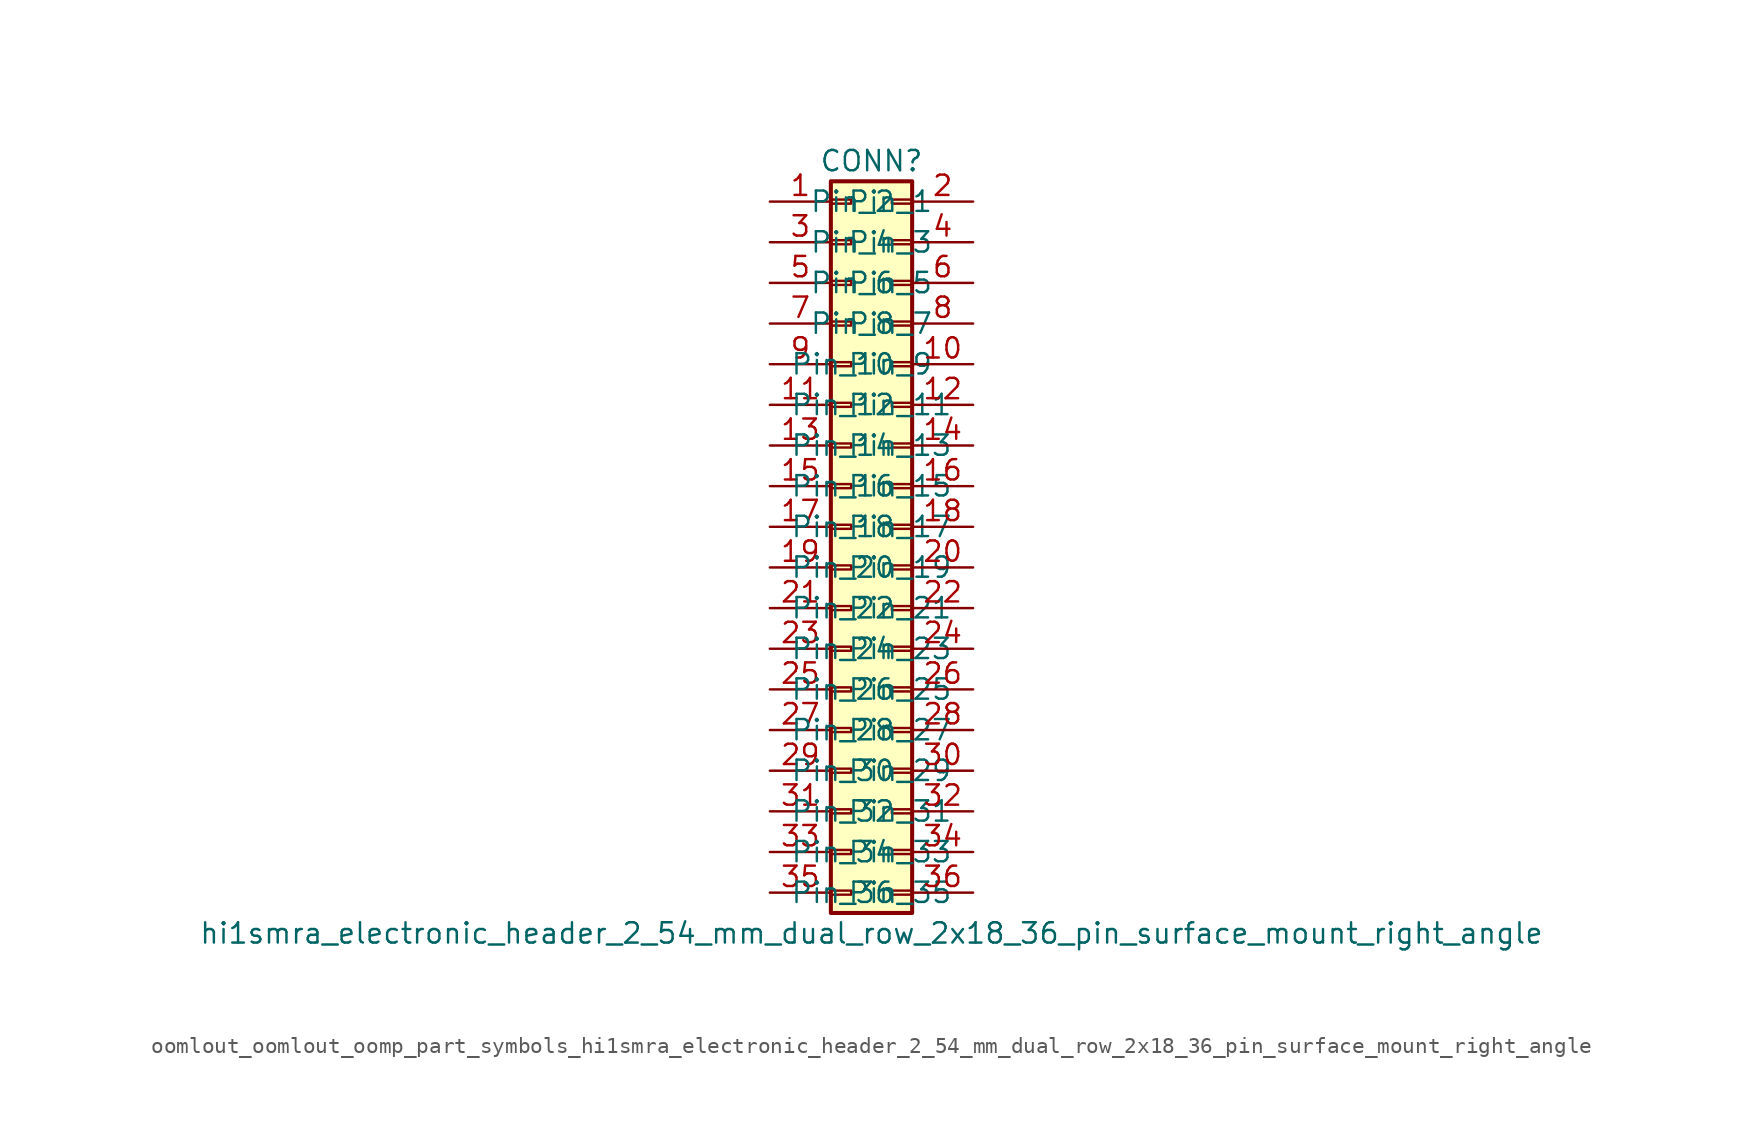
<source format=kicad_sym>
(kicad_symbol_lib
  (version 20220914)
  (generator kicad_symbol_editor)
  (symbol "oomlout_oomlout_oomp_part_symbols_hi1smra_electronic_header_2_54_mm_dual_row_2x18_36_pin_surface_mount_right_angle"
    (pin_names
      (offset 1.016))
    (property "Reference" "CONN"
      (at 1.27 22.86 0)
      (effects (font (size 1.27 1.27))))
    (property "Value" "hi1smra_electronic_header_2_54_mm_dual_row_2x18_36_pin_surface_mount_right_angle"
      (at 1.27 -25.4 0)
      (effects (font (size 1.27 1.27))))
    (symbol "oomlout_oomlout_oomp_part_symbols_hi1smra_electronic_header_2_54_mm_dual_row_2x18_36_pin_surface_mount_right_angle_1_1"
      (rectangle (start -1.27 -22.733) (end 0 -22.987) (stroke (width 0.152) (type default)) (fill (type none)))
      (rectangle (start -1.27 -20.193) (end 0 -20.447) (stroke (width 0.152) (type default)) (fill (type none)))
      (rectangle (start -1.27 -17.653) (end 0 -17.907) (stroke (width 0.152) (type default)) (fill (type none)))
      (rectangle (start -1.27 -15.113) (end 0 -15.367) (stroke (width 0.152) (type default)) (fill (type none)))
      (rectangle (start -1.27 -12.573) (end 0 -12.827) (stroke (width 0.152) (type default)) (fill (type none)))
      (rectangle (start -1.27 -10.033) (end 0 -10.287) (stroke (width 0.152) (type default)) (fill (type none)))
      (rectangle (start -1.27 -7.493) (end 0 -7.747) (stroke (width 0.152) (type default)) (fill (type none)))
      (rectangle (start -1.27 -4.953) (end 0 -5.207) (stroke (width 0.152) (type default)) (fill (type none)))
      (rectangle (start -1.27 -2.413) (end 0 -2.667) (stroke (width 0.152) (type default)) (fill (type none)))
      (rectangle (start -1.27 0.127) (end 0 -0.127) (stroke (width 0.152) (type default)) (fill (type none)))
      (rectangle (start -1.27 2.667) (end 0 2.413) (stroke (width 0.152) (type default)) (fill (type none)))
      (rectangle (start -1.27 5.207) (end 0 4.953) (stroke (width 0.152) (type default)) (fill (type none)))
      (rectangle (start -1.27 7.747) (end 0 7.493) (stroke (width 0.152) (type default)) (fill (type none)))
      (rectangle (start -1.27 10.287) (end 0 10.033) (stroke (width 0.152) (type default)) (fill (type none)))
      (rectangle (start -1.27 12.827) (end 0 12.573) (stroke (width 0.152) (type default)) (fill (type none)))
      (rectangle (start -1.27 15.367) (end 0 15.113) (stroke (width 0.152) (type default)) (fill (type none)))
      (rectangle (start -1.27 17.907) (end 0 17.653) (stroke (width 0.152) (type default)) (fill (type none)))
      (rectangle (start -1.27 20.447) (end 0 20.193) (stroke (width 0.152) (type default)) (fill (type none)))
      (rectangle (start -1.27 21.59) (end 3.81 -24.13) (stroke (width 0.254) (type default)) (fill (type background)))
      (rectangle (start 3.81 -22.733) (end 2.54 -22.987) (stroke (width 0.152) (type default)) (fill (type none)))
      (rectangle (start 3.81 -20.193) (end 2.54 -20.447) (stroke (width 0.152) (type default)) (fill (type none)))
      (rectangle (start 3.81 -17.653) (end 2.54 -17.907) (stroke (width 0.152) (type default)) (fill (type none)))
      (rectangle (start 3.81 -15.113) (end 2.54 -15.367) (stroke (width 0.152) (type default)) (fill (type none)))
      (rectangle (start 3.81 -12.573) (end 2.54 -12.827) (stroke (width 0.152) (type default)) (fill (type none)))
      (rectangle (start 3.81 -10.033) (end 2.54 -10.287) (stroke (width 0.152) (type default)) (fill (type none)))
      (rectangle (start 3.81 -7.493) (end 2.54 -7.747) (stroke (width 0.152) (type default)) (fill (type none)))
      (rectangle (start 3.81 -4.953) (end 2.54 -5.207) (stroke (width 0.152) (type default)) (fill (type none)))
      (rectangle (start 3.81 -2.413) (end 2.54 -2.667) (stroke (width 0.152) (type default)) (fill (type none)))
      (rectangle (start 3.81 0.127) (end 2.54 -0.127) (stroke (width 0.152) (type default)) (fill (type none)))
      (rectangle (start 3.81 2.667) (end 2.54 2.413) (stroke (width 0.152) (type default)) (fill (type none)))
      (rectangle (start 3.81 5.207) (end 2.54 4.953) (stroke (width 0.152) (type default)) (fill (type none)))
      (rectangle (start 3.81 7.747) (end 2.54 7.493) (stroke (width 0.152) (type default)) (fill (type none)))
      (rectangle (start 3.81 10.287) (end 2.54 10.033) (stroke (width 0.152) (type default)) (fill (type none)))
      (rectangle (start 3.81 12.827) (end 2.54 12.573) (stroke (width 0.152) (type default)) (fill (type none)))
      (rectangle (start 3.81 15.367) (end 2.54 15.113) (stroke (width 0.152) (type default)) (fill (type none)))
      (rectangle (start 3.81 17.907) (end 2.54 17.653) (stroke (width 0.152) (type default)) (fill (type none)))
      (rectangle (start 3.81 20.447) (end 2.54 20.193) (stroke (width 0.152) (type default)) (fill (type none)))
      (pin passive line (at -5.08 20.32 0) (length 3.81) (name "Pin_1" (effects (font (size 1.27 1.27)))) (number "1" (effects (font (size 1.27 1.27)))))
      (pin passive line (at 7.62 10.16 180) (length 3.81) (name "Pin_10" (effects (font (size 1.27 1.27)))) (number "10" (effects (font (size 1.27 1.27)))))
      (pin passive line (at -5.08 7.62 0) (length 3.81) (name "Pin_11" (effects (font (size 1.27 1.27)))) (number "11" (effects (font (size 1.27 1.27)))))
      (pin passive line (at 7.62 7.62 180) (length 3.81) (name "Pin_12" (effects (font (size 1.27 1.27)))) (number "12" (effects (font (size 1.27 1.27)))))
      (pin passive line (at -5.08 5.08 0) (length 3.81) (name "Pin_13" (effects (font (size 1.27 1.27)))) (number "13" (effects (font (size 1.27 1.27)))))
      (pin passive line (at 7.62 5.08 180) (length 3.81) (name "Pin_14" (effects (font (size 1.27 1.27)))) (number "14" (effects (font (size 1.27 1.27)))))
      (pin passive line (at -5.08 2.54 0) (length 3.81) (name "Pin_15" (effects (font (size 1.27 1.27)))) (number "15" (effects (font (size 1.27 1.27)))))
      (pin passive line (at 7.62 2.54 180) (length 3.81) (name "Pin_16" (effects (font (size 1.27 1.27)))) (number "16" (effects (font (size 1.27 1.27)))))
      (pin passive line (at -5.08 0 0) (length 3.81) (name "Pin_17" (effects (font (size 1.27 1.27)))) (number "17" (effects (font (size 1.27 1.27)))))
      (pin passive line (at 7.62 0 180) (length 3.81) (name "Pin_18" (effects (font (size 1.27 1.27)))) (number "18" (effects (font (size 1.27 1.27)))))
      (pin passive line (at -5.08 -2.54 0) (length 3.81) (name "Pin_19" (effects (font (size 1.27 1.27)))) (number "19" (effects (font (size 1.27 1.27)))))
      (pin passive line (at 7.62 20.32 180) (length 3.81) (name "Pin_2" (effects (font (size 1.27 1.27)))) (number "2" (effects (font (size 1.27 1.27)))))
      (pin passive line (at 7.62 -2.54 180) (length 3.81) (name "Pin_20" (effects (font (size 1.27 1.27)))) (number "20" (effects (font (size 1.27 1.27)))))
      (pin passive line (at -5.08 -5.08 0) (length 3.81) (name "Pin_21" (effects (font (size 1.27 1.27)))) (number "21" (effects (font (size 1.27 1.27)))))
      (pin passive line (at 7.62 -5.08 180) (length 3.81) (name "Pin_22" (effects (font (size 1.27 1.27)))) (number "22" (effects (font (size 1.27 1.27)))))
      (pin passive line (at -5.08 -7.62 0) (length 3.81) (name "Pin_23" (effects (font (size 1.27 1.27)))) (number "23" (effects (font (size 1.27 1.27)))))
      (pin passive line (at 7.62 -7.62 180) (length 3.81) (name "Pin_24" (effects (font (size 1.27 1.27)))) (number "24" (effects (font (size 1.27 1.27)))))
      (pin passive line (at -5.08 -10.16 0) (length 3.81) (name "Pin_25" (effects (font (size 1.27 1.27)))) (number "25" (effects (font (size 1.27 1.27)))))
      (pin passive line (at 7.62 -10.16 180) (length 3.81) (name "Pin_26" (effects (font (size 1.27 1.27)))) (number "26" (effects (font (size 1.27 1.27)))))
      (pin passive line (at -5.08 -12.7 0) (length 3.81) (name "Pin_27" (effects (font (size 1.27 1.27)))) (number "27" (effects (font (size 1.27 1.27)))))
      (pin passive line (at 7.62 -12.7 180) (length 3.81) (name "Pin_28" (effects (font (size 1.27 1.27)))) (number "28" (effects (font (size 1.27 1.27)))))
      (pin passive line (at -5.08 -15.24 0) (length 3.81) (name "Pin_29" (effects (font (size 1.27 1.27)))) (number "29" (effects (font (size 1.27 1.27)))))
      (pin passive line (at -5.08 17.78 0) (length 3.81) (name "Pin_3" (effects (font (size 1.27 1.27)))) (number "3" (effects (font (size 1.27 1.27)))))
      (pin passive line (at 7.62 -15.24 180) (length 3.81) (name "Pin_30" (effects (font (size 1.27 1.27)))) (number "30" (effects (font (size 1.27 1.27)))))
      (pin passive line (at -5.08 -17.78 0) (length 3.81) (name "Pin_31" (effects (font (size 1.27 1.27)))) (number "31" (effects (font (size 1.27 1.27)))))
      (pin passive line (at 7.62 -17.78 180) (length 3.81) (name "Pin_32" (effects (font (size 1.27 1.27)))) (number "32" (effects (font (size 1.27 1.27)))))
      (pin passive line (at -5.08 -20.32 0) (length 3.81) (name "Pin_33" (effects (font (size 1.27 1.27)))) (number "33" (effects (font (size 1.27 1.27)))))
      (pin passive line (at 7.62 -20.32 180) (length 3.81) (name "Pin_34" (effects (font (size 1.27 1.27)))) (number "34" (effects (font (size 1.27 1.27)))))
      (pin passive line (at -5.08 -22.86 0) (length 3.81) (name "Pin_35" (effects (font (size 1.27 1.27)))) (number "35" (effects (font (size 1.27 1.27)))))
      (pin passive line (at 7.62 -22.86 180) (length 3.81) (name "Pin_36" (effects (font (size 1.27 1.27)))) (number "36" (effects (font (size 1.27 1.27)))))
      (pin passive line (at 7.62 17.78 180) (length 3.81) (name "Pin_4" (effects (font (size 1.27 1.27)))) (number "4" (effects (font (size 1.27 1.27)))))
      (pin passive line (at -5.08 15.24 0) (length 3.81) (name "Pin_5" (effects (font (size 1.27 1.27)))) (number "5" (effects (font (size 1.27 1.27)))))
      (pin passive line (at 7.62 15.24 180) (length 3.81) (name "Pin_6" (effects (font (size 1.27 1.27)))) (number "6" (effects (font (size 1.27 1.27)))))
      (pin passive line (at -5.08 12.7 0) (length 3.81) (name "Pin_7" (effects (font (size 1.27 1.27)))) (number "7" (effects (font (size 1.27 1.27)))))
      (pin passive line (at 7.62 12.7 180) (length 3.81) (name "Pin_8" (effects (font (size 1.27 1.27)))) (number "8" (effects (font (size 1.27 1.27)))))
      (pin passive line (at -5.08 10.16 0) (length 3.81) (name "Pin_9" (effects (font (size 1.27 1.27)))) (number "9" (effects (font (size 1.27 1.27))))))))
</source>
